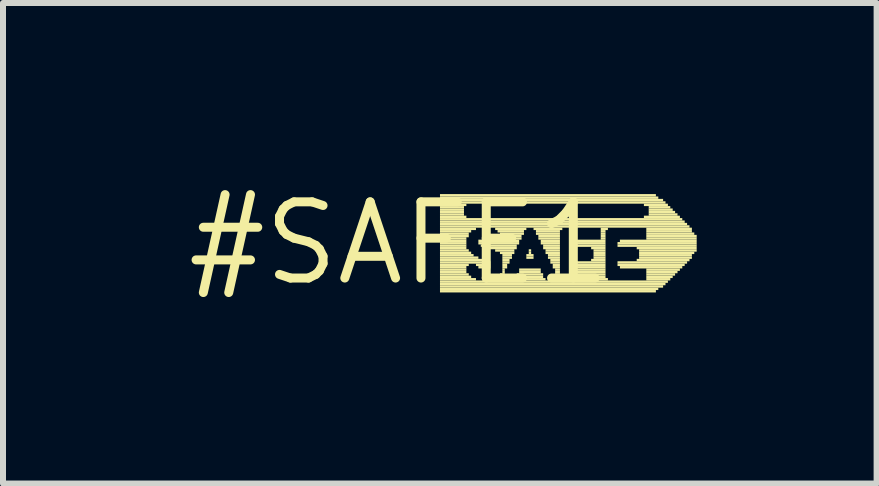
<source format=kicad_pcb>
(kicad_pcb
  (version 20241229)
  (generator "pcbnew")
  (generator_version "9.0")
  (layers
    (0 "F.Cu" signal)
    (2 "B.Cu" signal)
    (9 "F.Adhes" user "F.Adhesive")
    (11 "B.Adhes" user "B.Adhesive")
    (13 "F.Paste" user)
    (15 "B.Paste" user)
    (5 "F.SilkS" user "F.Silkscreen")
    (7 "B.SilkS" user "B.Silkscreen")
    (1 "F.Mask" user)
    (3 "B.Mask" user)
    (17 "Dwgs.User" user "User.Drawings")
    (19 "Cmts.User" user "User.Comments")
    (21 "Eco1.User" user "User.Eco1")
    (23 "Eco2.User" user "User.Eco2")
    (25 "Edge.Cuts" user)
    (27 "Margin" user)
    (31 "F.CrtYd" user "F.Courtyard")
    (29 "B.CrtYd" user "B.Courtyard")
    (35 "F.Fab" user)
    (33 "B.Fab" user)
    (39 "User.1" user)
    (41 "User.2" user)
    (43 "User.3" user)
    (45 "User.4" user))
  (footprint "#SAFE1"
    (layer "F.Cu")
    (at 3.606 1.006)
    (property "Reference" "#SAFE1" (at 0 0 0) (layer "F.SilkS") (effects (font (size 1.27 1.27) (thickness 0.15))))
    (fp_poly (pts (xy 0.68 -0.78) (xy 4.28 -0.78) (xy 4.28 -0.82) (xy 0.68 -0.82)) (stroke (width 0) (type solid)) (fill yes) (layer "F.SilkS"))
    (fp_poly (pts (xy 0.68 -0.74) (xy 4.32 -0.74) (xy 4.32 -0.78) (xy 0.68 -0.78)) (stroke (width 0) (type solid)) (fill yes) (layer "F.SilkS"))
    (fp_poly (pts (xy 0.68 -0.7) (xy 4.4 -0.7) (xy 4.4 -0.74) (xy 0.68 -0.74)) (stroke (width 0) (type solid)) (fill yes) (layer "F.SilkS"))
    (fp_poly (pts (xy 0.68 -0.66) (xy 4.44 -0.66) (xy 4.44 -0.7) (xy 0.68 -0.7)) (stroke (width 0) (type solid)) (fill yes) (layer "F.SilkS"))
    (fp_poly (pts (xy 0.68 -0.62) (xy 1.12 -0.62) (xy 1.12 -0.66) (xy 0.68 -0.66)) (stroke (width 0) (type solid)) (fill yes) (layer "F.SilkS"))
    (fp_poly (pts (xy 0.68 -0.58) (xy 1.08 -0.58) (xy 1.08 -0.62) (xy 0.68 -0.62)) (stroke (width 0) (type solid)) (fill yes) (layer "F.SilkS"))
    (fp_poly (pts (xy 0.68 -0.54) (xy 1.08 -0.54) (xy 1.08 -0.58) (xy 0.68 -0.58)) (stroke (width 0) (type solid)) (fill yes) (layer "F.SilkS"))
    (fp_poly (pts (xy 0.68 -0.5) (xy 1.08 -0.5) (xy 1.08 -0.54) (xy 0.68 -0.54)) (stroke (width 0) (type solid)) (fill yes) (layer "F.SilkS"))
    (fp_poly (pts (xy 0.68 -0.46) (xy 1.08 -0.46) (xy 1.08 -0.5) (xy 0.68 -0.5)) (stroke (width 0) (type solid)) (fill yes) (layer "F.SilkS"))
    (fp_poly (pts (xy 0.68 -0.42) (xy 1.12 -0.42) (xy 1.12 -0.46) (xy 0.68 -0.46)) (stroke (width 0) (type solid)) (fill yes) (layer "F.SilkS"))
    (fp_poly (pts (xy 0.68 -0.38) (xy 4.72 -0.38) (xy 4.72 -0.42) (xy 0.68 -0.42)) (stroke (width 0) (type solid)) (fill yes) (layer "F.SilkS"))
    (fp_poly (pts (xy 0.68 -0.34) (xy 4.76 -0.34) (xy 4.76 -0.38) (xy 0.68 -0.38)) (stroke (width 0) (type solid)) (fill yes) (layer "F.SilkS"))
    (fp_poly (pts (xy 0.68 -0.3) (xy 4.8 -0.3) (xy 4.8 -0.34) (xy 0.68 -0.34)) (stroke (width 0) (type solid)) (fill yes) (layer "F.SilkS"))
    (fp_poly (pts (xy 0.68 -0.26) (xy 4.84 -0.26) (xy 4.84 -0.3) (xy 0.68 -0.3)) (stroke (width 0) (type solid)) (fill yes) (layer "F.SilkS"))
    (fp_poly (pts (xy 0.68 -0.22) (xy 1.28 -0.22) (xy 1.28 -0.26) (xy 0.68 -0.26)) (stroke (width 0) (type solid)) (fill yes) (layer "F.SilkS"))
    (fp_poly (pts (xy 0.68 -0.18) (xy 1.2 -0.18) (xy 1.2 -0.22) (xy 0.68 -0.22)) (stroke (width 0) (type solid)) (fill yes) (layer "F.SilkS"))
    (fp_poly (pts (xy 0.68 -0.14) (xy 1.16 -0.14) (xy 1.16 -0.18) (xy 0.68 -0.18)) (stroke (width 0) (type solid)) (fill yes) (layer "F.SilkS"))
    (fp_poly (pts (xy 0.68 -0.1) (xy 1.16 -0.1) (xy 1.16 -0.14) (xy 0.68 -0.14)) (stroke (width 0) (type solid)) (fill yes) (layer "F.SilkS"))
    (fp_poly (pts (xy 0.68 -0.06) (xy 1.12 -0.06) (xy 1.12 -0.1) (xy 0.68 -0.1)) (stroke (width 0) (type solid)) (fill yes) (layer "F.SilkS"))
    (fp_poly (pts (xy 0.68 -0.02) (xy 1.12 -0.02) (xy 1.12 -0.06) (xy 0.68 -0.06)) (stroke (width 0) (type solid)) (fill yes) (layer "F.SilkS"))
    (fp_poly (pts (xy 0.68 0.02) (xy 1.12 0.02) (xy 1.12 -0.02) (xy 0.68 -0.02)) (stroke (width 0) (type solid)) (fill yes) (layer "F.SilkS"))
    (fp_poly (pts (xy 0.68 0.06) (xy 1.12 0.06) (xy 1.12 0.02) (xy 0.68 0.02)) (stroke (width 0) (type solid)) (fill yes) (layer "F.SilkS"))
    (fp_poly (pts (xy 0.68 0.1) (xy 1.12 0.1) (xy 1.12 0.06) (xy 0.68 0.06)) (stroke (width 0) (type solid)) (fill yes) (layer "F.SilkS"))
    (fp_poly (pts (xy 0.68 0.14) (xy 1.16 0.14) (xy 1.16 0.1) (xy 0.68 0.1)) (stroke (width 0) (type solid)) (fill yes) (layer "F.SilkS"))
    (fp_poly (pts (xy 0.68 0.18) (xy 1.2 0.18) (xy 1.2 0.14) (xy 0.68 0.14)) (stroke (width 0) (type solid)) (fill yes) (layer "F.SilkS"))
    (fp_poly (pts (xy 0.68 0.22) (xy 1.24 0.22) (xy 1.24 0.18) (xy 0.68 0.18)) (stroke (width 0) (type solid)) (fill yes) (layer "F.SilkS"))
    (fp_poly (pts (xy 0.68 0.26) (xy 1.32 0.26) (xy 1.32 0.22) (xy 0.68 0.22)) (stroke (width 0) (type solid)) (fill yes) (layer "F.SilkS"))
    (fp_poly (pts (xy 0.68 0.3) (xy 1.48 0.3) (xy 1.48 0.26) (xy 0.68 0.26)) (stroke (width 0) (type solid)) (fill yes) (layer "F.SilkS"))
    (fp_poly (pts (xy 0.68 0.34) (xy 1.52 0.34) (xy 1.52 0.3) (xy 0.68 0.3)) (stroke (width 0) (type solid)) (fill yes) (layer "F.SilkS"))
    (fp_poly (pts (xy 0.68 0.38) (xy 1.16 0.38) (xy 1.16 0.34) (xy 0.68 0.34)) (stroke (width 0) (type solid)) (fill yes) (layer "F.SilkS"))
    (fp_poly (pts (xy 0.68 0.42) (xy 1.12 0.42) (xy 1.12 0.38) (xy 0.68 0.38)) (stroke (width 0) (type solid)) (fill yes) (layer "F.SilkS"))
    (fp_poly (pts (xy 0.68 0.46) (xy 1.12 0.46) (xy 1.12 0.42) (xy 0.68 0.42)) (stroke (width 0) (type solid)) (fill yes) (layer "F.SilkS"))
    (fp_poly (pts (xy 0.68 0.5) (xy 1.12 0.5) (xy 1.12 0.46) (xy 0.68 0.46)) (stroke (width 0) (type solid)) (fill yes) (layer "F.SilkS"))
    (fp_poly (pts (xy 0.68 0.54) (xy 1.16 0.54) (xy 1.16 0.5) (xy 0.68 0.5)) (stroke (width 0) (type solid)) (fill yes) (layer "F.SilkS"))
    (fp_poly (pts (xy 0.68 0.58) (xy 1.2 0.58) (xy 1.2 0.54) (xy 0.68 0.54)) (stroke (width 0) (type solid)) (fill yes) (layer "F.SilkS"))
    (fp_poly (pts (xy 0.68 0.62) (xy 1.28 0.62) (xy 1.28 0.58) (xy 0.68 0.58)) (stroke (width 0) (type solid)) (fill yes) (layer "F.SilkS"))
    (fp_poly (pts (xy 0.68 0.66) (xy 4.48 0.66) (xy 4.48 0.62) (xy 0.68 0.62)) (stroke (width 0) (type solid)) (fill yes) (layer "F.SilkS"))
    (fp_poly (pts (xy 0.68 0.7) (xy 4.44 0.7) (xy 4.44 0.66) (xy 0.68 0.66)) (stroke (width 0) (type solid)) (fill yes) (layer "F.SilkS"))
    (fp_poly (pts (xy 0.68 0.74) (xy 4.4 0.74) (xy 4.4 0.7) (xy 0.68 0.7)) (stroke (width 0) (type solid)) (fill yes) (layer "F.SilkS"))
    (fp_poly (pts (xy 0.68 0.78) (xy 4.32 0.78) (xy 4.32 0.74) (xy 0.68 0.74)) (stroke (width 0) (type solid)) (fill yes) (layer "F.SilkS"))
    (fp_poly (pts (xy 0.68 0.82) (xy 4.28 0.82) (xy 4.28 0.78) (xy 0.68 0.78)) (stroke (width 0) (type solid)) (fill yes) (layer "F.SilkS"))
    (fp_poly (pts (xy 1.28 0.38) (xy 1.52 0.38) (xy 1.52 0.34) (xy 1.28 0.34)) (stroke (width 0) (type solid)) (fill yes) (layer "F.SilkS"))
    (fp_poly (pts (xy 1.32 -0.02) (xy 1.52 -0.02) (xy 1.52 -0.06) (xy 1.32 -0.06)) (stroke (width 0) (type solid)) (fill yes) (layer "F.SilkS"))
    (fp_poly (pts (xy 1.32 0.02) (xy 2 0.02) (xy 2 -0.02) (xy 1.32 -0.02)) (stroke (width 0) (type solid)) (fill yes) (layer "F.SilkS"))
    (fp_poly (pts (xy 1.32 0.42) (xy 1.52 0.42) (xy 1.52 0.38) (xy 1.32 0.38)) (stroke (width 0) (type solid)) (fill yes) (layer "F.SilkS"))
    (fp_poly (pts (xy 1.36 0.06) (xy 1.96 0.06) (xy 1.96 0.02) (xy 1.36 0.02)) (stroke (width 0) (type solid)) (fill yes) (layer "F.SilkS"))
    (fp_poly (pts (xy 1.44 0.1) (xy 1.96 0.1) (xy 1.96 0.06) (xy 1.44 0.06)) (stroke (width 0) (type solid)) (fill yes) (layer "F.SilkS"))
    (fp_poly (pts (xy 1.56 0.62) (xy 1.8 0.62) (xy 1.8 0.58) (xy 1.56 0.58)) (stroke (width 0) (type solid)) (fill yes) (layer "F.SilkS"))
    (fp_poly (pts (xy 1.6 -0.22) (xy 2.12 -0.22) (xy 2.12 -0.26) (xy 1.6 -0.26)) (stroke (width 0) (type solid)) (fill yes) (layer "F.SilkS"))
    (fp_poly (pts (xy 1.6 0.14) (xy 1.92 0.14) (xy 1.92 0.1) (xy 1.6 0.1)) (stroke (width 0) (type solid)) (fill yes) (layer "F.SilkS"))
    (fp_poly (pts (xy 1.64 -0.18) (xy 2.08 -0.18) (xy 2.08 -0.22) (xy 1.64 -0.22)) (stroke (width 0) (type solid)) (fill yes) (layer "F.SilkS"))
    (fp_poly (pts (xy 1.64 -0.02) (xy 2 -0.02) (xy 2 -0.06) (xy 1.64 -0.06)) (stroke (width 0) (type solid)) (fill yes) (layer "F.SilkS"))
    (fp_poly (pts (xy 1.64 0.58) (xy 1.76 0.58) (xy 1.76 0.54) (xy 1.64 0.54)) (stroke (width 0) (type solid)) (fill yes) (layer "F.SilkS"))
    (fp_poly (pts (xy 1.68 -0.14) (xy 2.08 -0.14) (xy 2.08 -0.18) (xy 1.68 -0.18)) (stroke (width 0) (type solid)) (fill yes) (layer "F.SilkS"))
    (fp_poly (pts (xy 1.68 -0.1) (xy 2.04 -0.1) (xy 2.04 -0.14) (xy 1.68 -0.14)) (stroke (width 0) (type solid)) (fill yes) (layer "F.SilkS"))
    (fp_poly (pts (xy 1.68 -0.06) (xy 2.04 -0.06) (xy 2.04 -0.1) (xy 1.68 -0.1)) (stroke (width 0) (type solid)) (fill yes) (layer "F.SilkS"))
    (fp_poly (pts (xy 1.68 0.18) (xy 1.92 0.18) (xy 1.92 0.14) (xy 1.68 0.14)) (stroke (width 0) (type solid)) (fill yes) (layer "F.SilkS"))
    (fp_poly (pts (xy 1.68 0.54) (xy 1.76 0.54) (xy 1.76 0.5) (xy 1.68 0.5)) (stroke (width 0) (type solid)) (fill yes) (layer "F.SilkS"))
    (fp_poly (pts (xy 1.72 0.22) (xy 1.88 0.22) (xy 1.88 0.18) (xy 1.72 0.18)) (stroke (width 0) (type solid)) (fill yes) (layer "F.SilkS"))
    (fp_poly (pts (xy 1.72 0.26) (xy 1.88 0.26) (xy 1.88 0.22) (xy 1.72 0.22)) (stroke (width 0) (type solid)) (fill yes) (layer "F.SilkS"))
    (fp_poly (pts (xy 1.72 0.3) (xy 1.84 0.3) (xy 1.84 0.26) (xy 1.72 0.26)) (stroke (width 0) (type solid)) (fill yes) (layer "F.SilkS"))
    (fp_poly (pts (xy 1.72 0.34) (xy 1.84 0.34) (xy 1.84 0.3) (xy 1.72 0.3)) (stroke (width 0) (type solid)) (fill yes) (layer "F.SilkS"))
    (fp_poly (pts (xy 1.72 0.38) (xy 1.8 0.38) (xy 1.8 0.34) (xy 1.72 0.34)) (stroke (width 0) (type solid)) (fill yes) (layer "F.SilkS"))
    (fp_poly (pts (xy 1.72 0.42) (xy 1.8 0.42) (xy 1.8 0.38) (xy 1.72 0.38)) (stroke (width 0) (type solid)) (fill yes) (layer "F.SilkS"))
    (fp_poly (pts (xy 1.72 0.46) (xy 1.76 0.46) (xy 1.76 0.42) (xy 1.72 0.42)) (stroke (width 0) (type solid)) (fill yes) (layer "F.SilkS"))
    (fp_poly (pts (xy 1.72 0.5) (xy 1.76 0.5) (xy 1.76 0.46) (xy 1.72 0.46)) (stroke (width 0) (type solid)) (fill yes) (layer "F.SilkS"))
    (fp_poly (pts (xy 1.92 0.62) (xy 2.44 0.62) (xy 2.44 0.58) (xy 1.92 0.58)) (stroke (width 0) (type solid)) (fill yes) (layer "F.SilkS"))
    (fp_poly (pts (xy 1.96 0.54) (xy 2.4 0.54) (xy 2.4 0.5) (xy 1.96 0.5)) (stroke (width 0) (type solid)) (fill yes) (layer "F.SilkS"))
    (fp_poly (pts (xy 1.96 0.58) (xy 2.4 0.58) (xy 2.4 0.54) (xy 1.96 0.54)) (stroke (width 0) (type solid)) (fill yes) (layer "F.SilkS"))
    (fp_poly (pts (xy 2 0.46) (xy 2.36 0.46) (xy 2.36 0.42) (xy 2 0.42)) (stroke (width 0) (type solid)) (fill yes) (layer "F.SilkS"))
    (fp_poly (pts (xy 2 0.5) (xy 2.36 0.5) (xy 2.36 0.46) (xy 2 0.46)) (stroke (width 0) (type solid)) (fill yes) (layer "F.SilkS"))
    (fp_poly (pts (xy 2.12 0.22) (xy 2.24 0.22) (xy 2.24 0.18) (xy 2.12 0.18)) (stroke (width 0) (type solid)) (fill yes) (layer "F.SilkS"))
    (fp_poly (pts (xy 2.12 0.26) (xy 2.24 0.26) (xy 2.24 0.22) (xy 2.12 0.22)) (stroke (width 0) (type solid)) (fill yes) (layer "F.SilkS"))
    (fp_poly (pts (xy 2.16 0.14) (xy 2.2 0.14) (xy 2.2 0.1) (xy 2.16 0.1)) (stroke (width 0) (type solid)) (fill yes) (layer "F.SilkS"))
    (fp_poly (pts (xy 2.16 0.18) (xy 2.2 0.18) (xy 2.2 0.14) (xy 2.16 0.14)) (stroke (width 0) (type solid)) (fill yes) (layer "F.SilkS"))
    (fp_poly (pts (xy 2.24 -0.22) (xy 2.72 -0.22) (xy 2.72 -0.26) (xy 2.24 -0.26)) (stroke (width 0) (type solid)) (fill yes) (layer "F.SilkS"))
    (fp_poly (pts (xy 2.28 -0.18) (xy 2.68 -0.18) (xy 2.68 -0.22) (xy 2.28 -0.22)) (stroke (width 0) (type solid)) (fill yes) (layer "F.SilkS"))
    (fp_poly (pts (xy 2.28 -0.14) (xy 2.68 -0.14) (xy 2.68 -0.18) (xy 2.28 -0.18)) (stroke (width 0) (type solid)) (fill yes) (layer "F.SilkS"))
    (fp_poly (pts (xy 2.32 -0.1) (xy 2.68 -0.1) (xy 2.68 -0.14) (xy 2.32 -0.14)) (stroke (width 0) (type solid)) (fill yes) (layer "F.SilkS"))
    (fp_poly (pts (xy 2.32 -0.06) (xy 2.68 -0.06) (xy 2.68 -0.1) (xy 2.32 -0.1)) (stroke (width 0) (type solid)) (fill yes) (layer "F.SilkS"))
    (fp_poly (pts (xy 2.36 -0.02) (xy 2.68 -0.02) (xy 2.68 -0.06) (xy 2.36 -0.06)) (stroke (width 0) (type solid)) (fill yes) (layer "F.SilkS"))
    (fp_poly (pts (xy 2.36 0.02) (xy 2.68 0.02) (xy 2.68 -0.02) (xy 2.36 -0.02)) (stroke (width 0) (type solid)) (fill yes) (layer "F.SilkS"))
    (fp_poly (pts (xy 2.4 0.06) (xy 2.68 0.06) (xy 2.68 0.02) (xy 2.4 0.02)) (stroke (width 0) (type solid)) (fill yes) (layer "F.SilkS"))
    (fp_poly (pts (xy 2.4 0.1) (xy 2.68 0.1) (xy 2.68 0.06) (xy 2.4 0.06)) (stroke (width 0) (type solid)) (fill yes) (layer "F.SilkS"))
    (fp_poly (pts (xy 2.44 0.14) (xy 2.68 0.14) (xy 2.68 0.1) (xy 2.44 0.1)) (stroke (width 0) (type solid)) (fill yes) (layer "F.SilkS"))
    (fp_poly (pts (xy 2.44 0.18) (xy 2.68 0.18) (xy 2.68 0.14) (xy 2.44 0.14)) (stroke (width 0) (type solid)) (fill yes) (layer "F.SilkS"))
    (fp_poly (pts (xy 2.48 0.22) (xy 2.68 0.22) (xy 2.68 0.18) (xy 2.48 0.18)) (stroke (width 0) (type solid)) (fill yes) (layer "F.SilkS"))
    (fp_poly (pts (xy 2.48 0.26) (xy 2.68 0.26) (xy 2.68 0.22) (xy 2.48 0.22)) (stroke (width 0) (type solid)) (fill yes) (layer "F.SilkS"))
    (fp_poly (pts (xy 2.52 0.3) (xy 2.68 0.3) (xy 2.68 0.26) (xy 2.52 0.26)) (stroke (width 0) (type solid)) (fill yes) (layer "F.SilkS"))
    (fp_poly (pts (xy 2.52 0.34) (xy 2.68 0.34) (xy 2.68 0.3) (xy 2.52 0.3)) (stroke (width 0) (type solid)) (fill yes) (layer "F.SilkS"))
    (fp_poly (pts (xy 2.56 0.38) (xy 2.68 0.38) (xy 2.68 0.34) (xy 2.56 0.34)) (stroke (width 0) (type solid)) (fill yes) (layer "F.SilkS"))
    (fp_poly (pts (xy 2.56 0.42) (xy 2.68 0.42) (xy 2.68 0.38) (xy 2.56 0.38)) (stroke (width 0) (type solid)) (fill yes) (layer "F.SilkS"))
    (fp_poly (pts (xy 2.56 0.62) (xy 2.72 0.62) (xy 2.72 0.58) (xy 2.56 0.58)) (stroke (width 0) (type solid)) (fill yes) (layer "F.SilkS"))
    (fp_poly (pts (xy 2.6 0.46) (xy 2.68 0.46) (xy 2.68 0.42) (xy 2.6 0.42)) (stroke (width 0) (type solid)) (fill yes) (layer "F.SilkS"))
    (fp_poly (pts (xy 2.6 0.5) (xy 2.68 0.5) (xy 2.68 0.46) (xy 2.6 0.46)) (stroke (width 0) (type solid)) (fill yes) (layer "F.SilkS"))
    (fp_poly (pts (xy 2.6 0.54) (xy 2.68 0.54) (xy 2.68 0.5) (xy 2.6 0.5)) (stroke (width 0) (type solid)) (fill yes) (layer "F.SilkS"))
    (fp_poly (pts (xy 2.6 0.58) (xy 2.68 0.58) (xy 2.68 0.54) (xy 2.6 0.54)) (stroke (width 0) (type solid)) (fill yes) (layer "F.SilkS"))
    (fp_poly (pts (xy 2.88 0.02) (xy 3.44 0.02) (xy 3.44 -0.02) (xy 2.88 -0.02)) (stroke (width 0) (type solid)) (fill yes) (layer "F.SilkS"))
    (fp_poly (pts (xy 2.88 0.06) (xy 3.44 0.06) (xy 3.44 0.02) (xy 2.88 0.02)) (stroke (width 0) (type solid)) (fill yes) (layer "F.SilkS"))
    (fp_poly (pts (xy 2.88 0.34) (xy 3.44 0.34) (xy 3.44 0.3) (xy 2.88 0.3)) (stroke (width 0) (type solid)) (fill yes) (layer "F.SilkS"))
    (fp_poly (pts (xy 2.88 0.38) (xy 3.44 0.38) (xy 3.44 0.34) (xy 2.88 0.34)) (stroke (width 0) (type solid)) (fill yes) (layer "F.SilkS"))
    (fp_poly (pts (xy 2.88 0.42) (xy 3.44 0.42) (xy 3.44 0.38) (xy 2.88 0.38)) (stroke (width 0) (type solid)) (fill yes) (layer "F.SilkS"))
    (fp_poly (pts (xy 2.88 0.46) (xy 3.44 0.46) (xy 3.44 0.42) (xy 2.88 0.42)) (stroke (width 0) (type solid)) (fill yes) (layer "F.SilkS"))
    (fp_poly (pts (xy 2.88 0.5) (xy 3.44 0.5) (xy 3.44 0.46) (xy 2.88 0.46)) (stroke (width 0) (type solid)) (fill yes) (layer "F.SilkS"))
    (fp_poly (pts (xy 2.88 0.54) (xy 3.44 0.54) (xy 3.44 0.5) (xy 2.88 0.5)) (stroke (width 0) (type solid)) (fill yes) (layer "F.SilkS"))
    (fp_poly (pts (xy 2.88 0.58) (xy 3.44 0.58) (xy 3.44 0.54) (xy 2.88 0.54)) (stroke (width 0) (type solid)) (fill yes) (layer "F.SilkS"))
    (fp_poly (pts (xy 2.88 0.62) (xy 3.48 0.62) (xy 3.48 0.58) (xy 2.88 0.58)) (stroke (width 0) (type solid)) (fill yes) (layer "F.SilkS"))
    (fp_poly (pts (xy 2.92 -0.02) (xy 3.44 -0.02) (xy 3.44 -0.06) (xy 2.92 -0.06)) (stroke (width 0) (type solid)) (fill yes) (layer "F.SilkS"))
    (fp_poly (pts (xy 3.2 0.1) (xy 3.44 0.1) (xy 3.44 0.06) (xy 3.2 0.06)) (stroke (width 0) (type solid)) (fill yes) (layer "F.SilkS"))
    (fp_poly (pts (xy 3.2 0.3) (xy 3.44 0.3) (xy 3.44 0.26) (xy 3.2 0.26)) (stroke (width 0) (type solid)) (fill yes) (layer "F.SilkS"))
    (fp_poly (pts (xy 3.24 0.14) (xy 3.44 0.14) (xy 3.44 0.1) (xy 3.24 0.1)) (stroke (width 0) (type solid)) (fill yes) (layer "F.SilkS"))
    (fp_poly (pts (xy 3.24 0.18) (xy 3.44 0.18) (xy 3.44 0.14) (xy 3.24 0.14)) (stroke (width 0) (type solid)) (fill yes) (layer "F.SilkS"))
    (fp_poly (pts (xy 3.24 0.22) (xy 3.44 0.22) (xy 3.44 0.18) (xy 3.24 0.18)) (stroke (width 0) (type solid)) (fill yes) (layer "F.SilkS"))
    (fp_poly (pts (xy 3.24 0.26) (xy 3.44 0.26) (xy 3.44 0.22) (xy 3.24 0.22)) (stroke (width 0) (type solid)) (fill yes) (layer "F.SilkS"))
    (fp_poly (pts (xy 3.36 -0.22) (xy 3.48 -0.22) (xy 3.48 -0.26) (xy 3.36 -0.26)) (stroke (width 0) (type solid)) (fill yes) (layer "F.SilkS"))
    (fp_poly (pts (xy 3.36 -0.18) (xy 3.44 -0.18) (xy 3.44 -0.22) (xy 3.36 -0.22)) (stroke (width 0) (type solid)) (fill yes) (layer "F.SilkS"))
    (fp_poly (pts (xy 3.36 -0.14) (xy 3.44 -0.14) (xy 3.44 -0.18) (xy 3.36 -0.18)) (stroke (width 0) (type solid)) (fill yes) (layer "F.SilkS"))
    (fp_poly (pts (xy 3.36 -0.1) (xy 3.44 -0.1) (xy 3.44 -0.14) (xy 3.36 -0.14)) (stroke (width 0) (type solid)) (fill yes) (layer "F.SilkS"))
    (fp_poly (pts (xy 3.36 -0.06) (xy 3.44 -0.06) (xy 3.44 -0.1) (xy 3.36 -0.1)) (stroke (width 0) (type solid)) (fill yes) (layer "F.SilkS"))
    (fp_poly (pts (xy 3.64 0.02) (xy 4.96 0.02) (xy 4.96 -0.02) (xy 3.64 -0.02)) (stroke (width 0) (type solid)) (fill yes) (layer "F.SilkS"))
    (fp_poly (pts (xy 3.64 0.06) (xy 4.96 0.06) (xy 4.96 0.02) (xy 3.64 0.02)) (stroke (width 0) (type solid)) (fill yes) (layer "F.SilkS"))
    (fp_poly (pts (xy 3.64 0.34) (xy 4.8 0.34) (xy 4.8 0.3) (xy 3.64 0.3)) (stroke (width 0) (type solid)) (fill yes) (layer "F.SilkS"))
    (fp_poly (pts (xy 3.64 0.38) (xy 4.76 0.38) (xy 4.76 0.34) (xy 3.64 0.34)) (stroke (width 0) (type solid)) (fill yes) (layer "F.SilkS"))
    (fp_poly (pts (xy 3.68 -0.02) (xy 4.96 -0.02) (xy 4.96 -0.06) (xy 3.68 -0.06)) (stroke (width 0) (type solid)) (fill yes) (layer "F.SilkS"))
    (fp_poly (pts (xy 3.68 0.42) (xy 4.72 0.42) (xy 4.72 0.38) (xy 3.68 0.38)) (stroke (width 0) (type solid)) (fill yes) (layer "F.SilkS"))
    (fp_poly (pts (xy 3.96 0.1) (xy 4.96 0.1) (xy 4.96 0.06) (xy 3.96 0.06)) (stroke (width 0) (type solid)) (fill yes) (layer "F.SilkS"))
    (fp_poly (pts (xy 3.96 0.3) (xy 4.84 0.3) (xy 4.84 0.26) (xy 3.96 0.26)) (stroke (width 0) (type solid)) (fill yes) (layer "F.SilkS"))
    (fp_poly (pts (xy 4 0.14) (xy 4.96 0.14) (xy 4.96 0.1) (xy 4 0.1)) (stroke (width 0) (type solid)) (fill yes) (layer "F.SilkS"))
    (fp_poly (pts (xy 4 0.18) (xy 4.92 0.18) (xy 4.92 0.14) (xy 4 0.14)) (stroke (width 0) (type solid)) (fill yes) (layer "F.SilkS"))
    (fp_poly (pts (xy 4 0.22) (xy 4.88 0.22) (xy 4.88 0.18) (xy 4 0.18)) (stroke (width 0) (type solid)) (fill yes) (layer "F.SilkS"))
    (fp_poly (pts (xy 4 0.26) (xy 4.88 0.26) (xy 4.88 0.22) (xy 4 0.22)) (stroke (width 0) (type solid)) (fill yes) (layer "F.SilkS"))
    (fp_poly (pts (xy 4.08 -0.62) (xy 4.48 -0.62) (xy 4.48 -0.66) (xy 4.08 -0.66)) (stroke (width 0) (type solid)) (fill yes) (layer "F.SilkS"))
    (fp_poly (pts (xy 4.08 -0.42) (xy 4.68 -0.42) (xy 4.68 -0.46) (xy 4.08 -0.46)) (stroke (width 0) (type solid)) (fill yes) (layer "F.SilkS"))
    (fp_poly (pts (xy 4.12 -0.22) (xy 4.88 -0.22) (xy 4.88 -0.26) (xy 4.12 -0.26)) (stroke (width 0) (type solid)) (fill yes) (layer "F.SilkS"))
    (fp_poly (pts (xy 4.12 -0.18) (xy 4.88 -0.18) (xy 4.88 -0.22) (xy 4.12 -0.22)) (stroke (width 0) (type solid)) (fill yes) (layer "F.SilkS"))
    (fp_poly (pts (xy 4.12 -0.14) (xy 4.92 -0.14) (xy 4.92 -0.18) (xy 4.12 -0.18)) (stroke (width 0) (type solid)) (fill yes) (layer "F.SilkS"))
    (fp_poly (pts (xy 4.12 -0.1) (xy 4.96 -0.1) (xy 4.96 -0.14) (xy 4.12 -0.14)) (stroke (width 0) (type solid)) (fill yes) (layer "F.SilkS"))
    (fp_poly (pts (xy 4.12 -0.06) (xy 4.96 -0.06) (xy 4.96 -0.1) (xy 4.12 -0.1)) (stroke (width 0) (type solid)) (fill yes) (layer "F.SilkS"))
    (fp_poly (pts (xy 4.12 0.46) (xy 4.68 0.46) (xy 4.68 0.42) (xy 4.12 0.42)) (stroke (width 0) (type solid)) (fill yes) (layer "F.SilkS"))
    (fp_poly (pts (xy 4.12 0.5) (xy 4.64 0.5) (xy 4.64 0.46) (xy 4.12 0.46)) (stroke (width 0) (type solid)) (fill yes) (layer "F.SilkS"))
    (fp_poly (pts (xy 4.12 0.54) (xy 4.6 0.54) (xy 4.6 0.5) (xy 4.12 0.5)) (stroke (width 0) (type solid)) (fill yes) (layer "F.SilkS"))
    (fp_poly (pts (xy 4.12 0.58) (xy 4.56 0.58) (xy 4.56 0.54) (xy 4.12 0.54)) (stroke (width 0) (type solid)) (fill yes) (layer "F.SilkS"))
    (fp_poly (pts (xy 4.12 0.62) (xy 4.52 0.62) (xy 4.52 0.58) (xy 4.12 0.58)) (stroke (width 0) (type solid)) (fill yes) (layer "F.SilkS"))
    (fp_poly (pts (xy 4.16 -0.58) (xy 4.52 -0.58) (xy 4.52 -0.62) (xy 4.16 -0.62)) (stroke (width 0) (type solid)) (fill yes) (layer "F.SilkS"))
    (fp_poly (pts (xy 4.16 -0.54) (xy 4.56 -0.54) (xy 4.56 -0.58) (xy 4.16 -0.58)) (stroke (width 0) (type solid)) (fill yes) (layer "F.SilkS"))
    (fp_poly (pts (xy 4.16 -0.5) (xy 4.6 -0.5) (xy 4.6 -0.54) (xy 4.16 -0.54)) (stroke (width 0) (type solid)) (fill yes) (layer "F.SilkS"))
    (fp_poly (pts (xy 4.16 -0.46) (xy 4.64 -0.46) (xy 4.64 -0.5) (xy 4.16 -0.5)) (stroke (width 0) (type solid)) (fill yes) (layer "F.SilkS")))
  (gr_rect
    (start -3 -3)
    (end 11.566 5.012)
    (stroke (width 0.1) (type default))
    (fill no)
    (layer "Edge.Cuts")))
</source>
